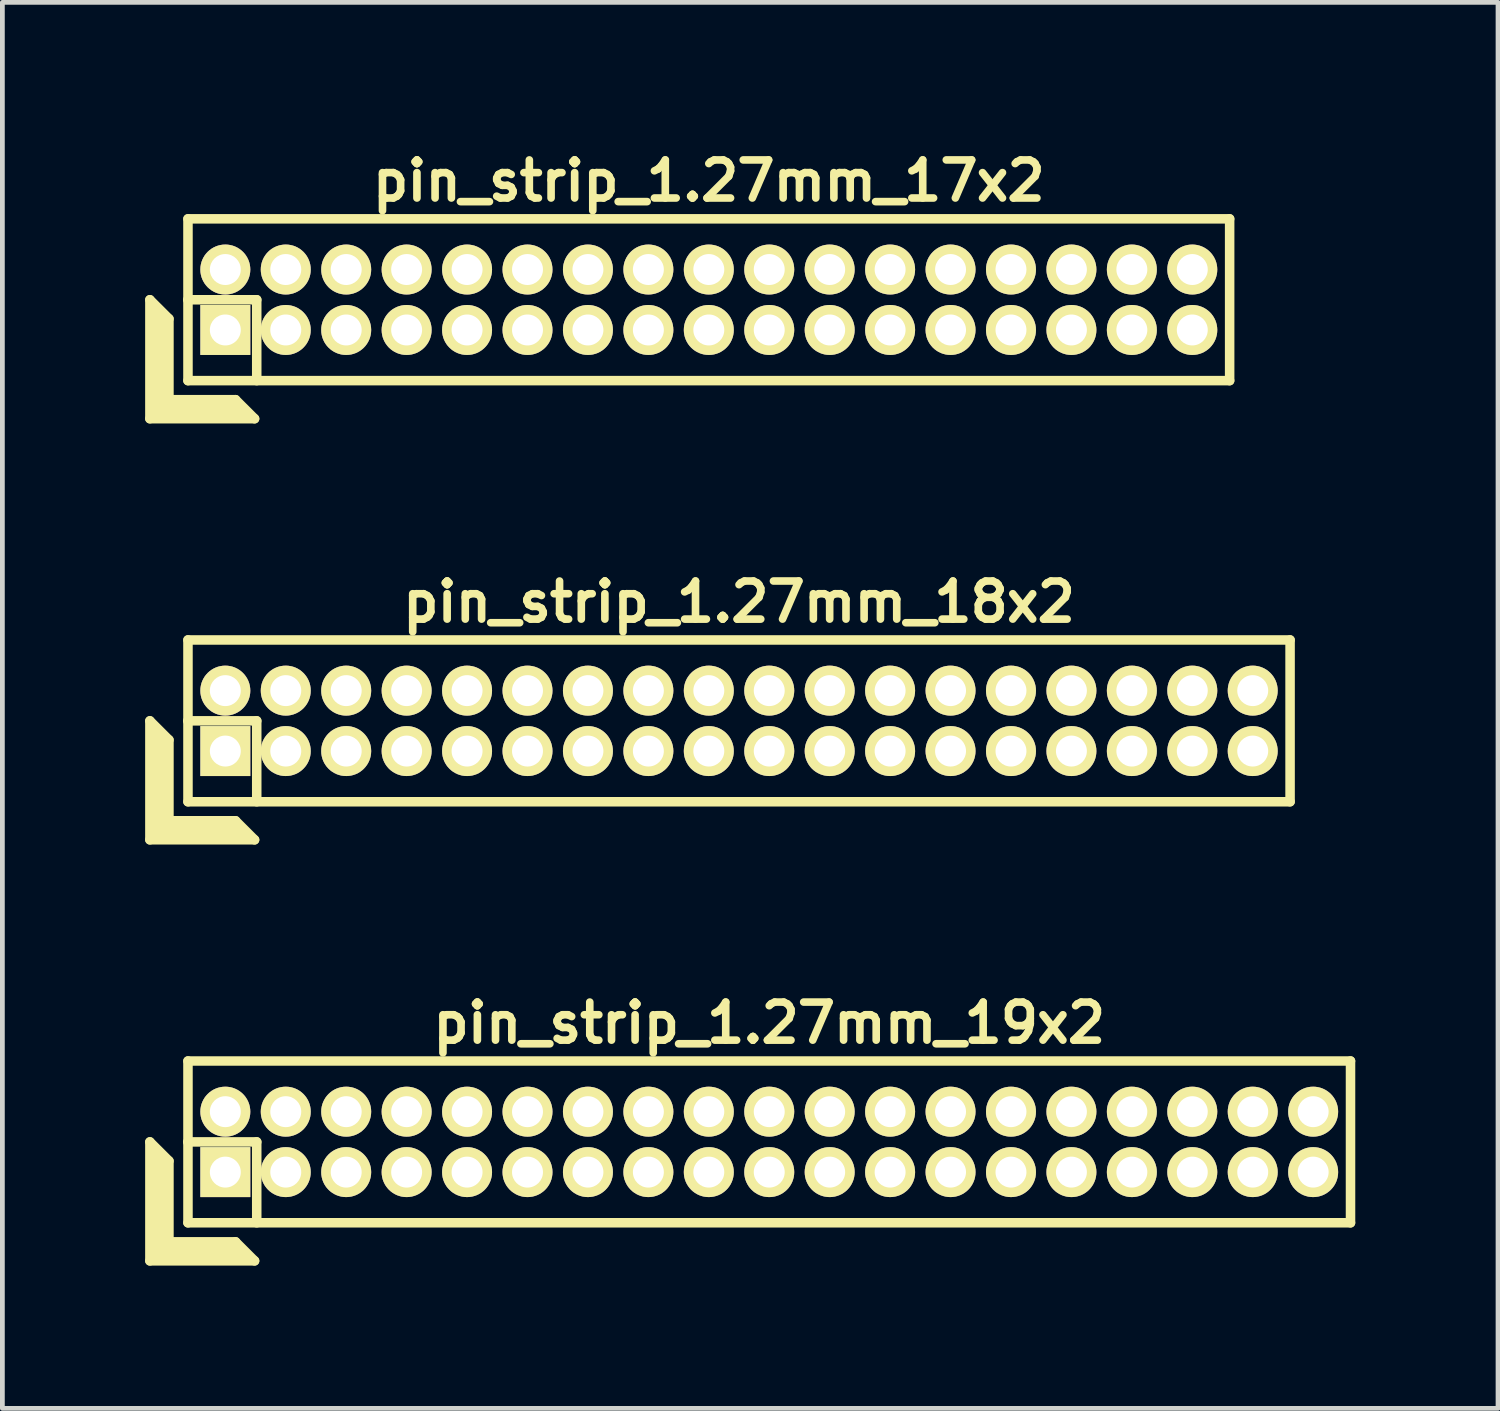
<source format=kicad_pcb>
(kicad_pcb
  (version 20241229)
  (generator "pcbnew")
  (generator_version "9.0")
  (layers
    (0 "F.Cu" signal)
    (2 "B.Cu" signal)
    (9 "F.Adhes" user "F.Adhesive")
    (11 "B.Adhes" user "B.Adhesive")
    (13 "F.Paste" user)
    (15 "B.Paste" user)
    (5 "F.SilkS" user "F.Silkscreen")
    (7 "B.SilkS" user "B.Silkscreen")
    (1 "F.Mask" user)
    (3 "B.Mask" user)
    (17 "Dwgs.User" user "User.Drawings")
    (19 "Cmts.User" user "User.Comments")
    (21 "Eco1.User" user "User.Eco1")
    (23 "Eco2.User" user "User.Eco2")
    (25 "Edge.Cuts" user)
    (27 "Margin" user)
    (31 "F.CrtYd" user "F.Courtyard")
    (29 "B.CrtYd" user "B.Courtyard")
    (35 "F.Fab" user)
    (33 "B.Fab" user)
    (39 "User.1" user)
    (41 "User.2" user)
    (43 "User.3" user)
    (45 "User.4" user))
  (footprint "pin_strip_1.27mm_17x2"
    (layer "F.Cu")
    (at 11.845 3.249)
    (property "Reference" "pin_strip_1.27mm_17x2" (at 0 -2.5 0) (layer "F.SilkS") (effects (font (size 0.8 0.8) (thickness 0.16))))
    (attr through_hole)
    (fp_line (start -11.745 0) (end -11.745 2.5) (stroke (width 0.2) (type solid)) (layer "F.SilkS"))
    (fp_line (start -11.745 0) (end -11.345 0.4) (stroke (width 0.2) (type solid)) (layer "F.SilkS"))
    (fp_line (start -11.745 2.5) (end -9.545 2.5) (stroke (width 0.2) (type solid)) (layer "F.SilkS"))
    (fp_line (start -11.645 2.4) (end -11.645 0.2) (stroke (width 0.2) (type solid)) (layer "F.SilkS"))
    (fp_line (start -11.645 2.4) (end -9.745 2.4) (stroke (width 0.2) (type solid)) (layer "F.SilkS"))
    (fp_line (start -11.545 2.3) (end -11.545 0.3) (stroke (width 0.2) (type solid)) (layer "F.SilkS"))
    (fp_line (start -11.545 2.3) (end -9.845 2.3) (stroke (width 0.2) (type solid)) (layer "F.SilkS"))
    (fp_line (start -11.445 2.2) (end -11.445 0.4) (stroke (width 0.2) (type solid)) (layer "F.SilkS"))
    (fp_line (start -11.445 2.2) (end -9.945 2.2) (stroke (width 0.2) (type solid)) (layer "F.SilkS"))
    (fp_line (start -11.345 2.1) (end -11.345 0.4) (stroke (width 0.2) (type solid)) (layer "F.SilkS"))
    (fp_line (start -11.345 2.1) (end -9.945 2.1) (stroke (width 0.2) (type solid)) (layer "F.SilkS"))
    (fp_line (start -10.95 0) (end -9.5 0) (stroke (width 0.2) (type solid)) (layer "F.SilkS"))
    (fp_line (start -10.945 -1.7) (end 10.945 -1.7) (stroke (width 0.2) (type solid)) (layer "F.SilkS"))
    (fp_line (start -10.945 1.7) (end -10.945 -1.7) (stroke (width 0.2) (type solid)) (layer "F.SilkS"))
    (fp_line (start -9.945 2.1) (end -9.545 2.5) (stroke (width 0.2) (type solid)) (layer "F.SilkS"))
    (fp_line (start -9.5 0) (end -9.5 1.7) (stroke (width 0.2) (type solid)) (layer "F.SilkS"))
    (fp_line (start 10.945 -1.7) (end 10.945 1.7) (stroke (width 0.2) (type solid)) (layer "F.SilkS"))
    (fp_line (start 10.945 1.7) (end -10.945 1.7) (stroke (width 0.2) (type solid)) (layer "F.SilkS"))
    (pad "1" thru_hole rect (at -10.16 0.635) (size 1.05 1.05) (drill 0.65) (layers "*.Cu" "*.Mask" "F.SilkS"))
    (pad "2" thru_hole oval (at -10.16 -0.635) (size 1.05 1.05) (drill 0.65) (layers "*.Cu" "*.Mask" "F.SilkS"))
    (pad "3" thru_hole oval (at -8.89 0.635) (size 1.05 1.05) (drill 0.65) (layers "*.Cu" "*.Mask" "F.SilkS"))
    (pad "4" thru_hole oval (at -8.89 -0.635) (size 1.05 1.05) (drill 0.65) (layers "*.Cu" "*.Mask" "F.SilkS"))
    (pad "5" thru_hole oval (at -7.62 0.635) (size 1.05 1.05) (drill 0.65) (layers "*.Cu" "*.Mask" "F.SilkS"))
    (pad "6" thru_hole oval (at -7.62 -0.635) (size 1.05 1.05) (drill 0.65) (layers "*.Cu" "*.Mask" "F.SilkS"))
    (pad "7" thru_hole oval (at -6.35 0.635) (size 1.05 1.05) (drill 0.65) (layers "*.Cu" "*.Mask" "F.SilkS"))
    (pad "8" thru_hole oval (at -6.35 -0.635) (size 1.05 1.05) (drill 0.65) (layers "*.Cu" "*.Mask" "F.SilkS"))
    (pad "9" thru_hole oval (at -5.08 0.635) (size 1.05 1.05) (drill 0.65) (layers "*.Cu" "*.Mask" "F.SilkS"))
    (pad "10" thru_hole oval (at -5.08 -0.635) (size 1.05 1.05) (drill 0.65) (layers "*.Cu" "*.Mask" "F.SilkS"))
    (pad "11" thru_hole oval (at -3.81 0.635) (size 1.05 1.05) (drill 0.65) (layers "*.Cu" "*.Mask" "F.SilkS"))
    (pad "12" thru_hole oval (at -3.81 -0.635) (size 1.05 1.05) (drill 0.65) (layers "*.Cu" "*.Mask" "F.SilkS"))
    (pad "13" thru_hole oval (at -2.54 0.635) (size 1.05 1.05) (drill 0.65) (layers "*.Cu" "*.Mask" "F.SilkS"))
    (pad "14" thru_hole oval (at -2.54 -0.635) (size 1.05 1.05) (drill 0.65) (layers "*.Cu" "*.Mask" "F.SilkS"))
    (pad "15" thru_hole oval (at -1.27 0.635) (size 1.05 1.05) (drill 0.65) (layers "*.Cu" "*.Mask" "F.SilkS"))
    (pad "16" thru_hole oval (at -1.27 -0.635) (size 1.05 1.05) (drill 0.65) (layers "*.Cu" "*.Mask" "F.SilkS"))
    (pad "17" thru_hole oval (at 0 0.635) (size 1.05 1.05) (drill 0.65) (layers "*.Cu" "*.Mask" "F.SilkS"))
    (pad "18" thru_hole oval (at 0 -0.635) (size 1.05 1.05) (drill 0.65) (layers "*.Cu" "*.Mask" "F.SilkS"))
    (pad "19" thru_hole oval (at 1.27 0.635) (size 1.05 1.05) (drill 0.65) (layers "*.Cu" "*.Mask" "F.SilkS"))
    (pad "20" thru_hole oval (at 1.27 -0.635) (size 1.05 1.05) (drill 0.65) (layers "*.Cu" "*.Mask" "F.SilkS"))
    (pad "21" thru_hole oval (at 2.54 0.635) (size 1.05 1.05) (drill 0.65) (layers "*.Cu" "*.Mask" "F.SilkS"))
    (pad "22" thru_hole oval (at 2.54 -0.635) (size 1.05 1.05) (drill 0.65) (layers "*.Cu" "*.Mask" "F.SilkS"))
    (pad "23" thru_hole oval (at 3.81 0.635) (size 1.05 1.05) (drill 0.65) (layers "*.Cu" "*.Mask" "F.SilkS"))
    (pad "24" thru_hole oval (at 3.81 -0.635) (size 1.05 1.05) (drill 0.65) (layers "*.Cu" "*.Mask" "F.SilkS"))
    (pad "25" thru_hole oval (at 5.08 0.635) (size 1.05 1.05) (drill 0.65) (layers "*.Cu" "*.Mask" "F.SilkS"))
    (pad "26" thru_hole oval (at 5.08 -0.635) (size 1.05 1.05) (drill 0.65) (layers "*.Cu" "*.Mask" "F.SilkS"))
    (pad "27" thru_hole oval (at 6.35 0.635) (size 1.05 1.05) (drill 0.65) (layers "*.Cu" "*.Mask" "F.SilkS"))
    (pad "28" thru_hole oval (at 6.35 -0.635) (size 1.05 1.05) (drill 0.65) (layers "*.Cu" "*.Mask" "F.SilkS"))
    (pad "29" thru_hole oval (at 7.62 0.635) (size 1.05 1.05) (drill 0.65) (layers "*.Cu" "*.Mask" "F.SilkS"))
    (pad "30" thru_hole oval (at 7.62 -0.635) (size 1.05 1.05) (drill 0.65) (layers "*.Cu" "*.Mask" "F.SilkS"))
    (pad "31" thru_hole oval (at 8.89 0.635) (size 1.05 1.05) (drill 0.65) (layers "*.Cu" "*.Mask" "F.SilkS"))
    (pad "32" thru_hole oval (at 8.89 -0.635) (size 1.05 1.05) (drill 0.65) (layers "*.Cu" "*.Mask" "F.SilkS"))
    (pad "33" thru_hole oval (at 10.16 0.635) (size 1.05 1.05) (drill 0.65) (layers "*.Cu" "*.Mask" "F.SilkS"))
    (pad "34" thru_hole oval (at 10.16 -0.635) (size 1.05 1.05) (drill 0.65) (layers "*.Cu" "*.Mask" "F.SilkS")))
  (footprint "pin_strip_1.27mm_19x2"
    (layer "F.Cu")
    (at 13.115 20.946)
    (property "Reference" "pin_strip_1.27mm_19x2" (at 0 -2.5 0) (layer "F.SilkS") (effects (font (size 0.8 0.8) (thickness 0.16))))
    (attr through_hole)
    (fp_line (start -13.015 0) (end -13.015 2.5) (stroke (width 0.2) (type solid)) (layer "F.SilkS"))
    (fp_line (start -13.015 0) (end -12.615 0.4) (stroke (width 0.2) (type solid)) (layer "F.SilkS"))
    (fp_line (start -13.015 2.5) (end -10.815 2.5) (stroke (width 0.2) (type solid)) (layer "F.SilkS"))
    (fp_line (start -12.915 2.4) (end -12.915 0.2) (stroke (width 0.2) (type solid)) (layer "F.SilkS"))
    (fp_line (start -12.915 2.4) (end -11.015 2.4) (stroke (width 0.2) (type solid)) (layer "F.SilkS"))
    (fp_line (start -12.815 2.3) (end -12.815 0.3) (stroke (width 0.2) (type solid)) (layer "F.SilkS"))
    (fp_line (start -12.815 2.3) (end -11.115 2.3) (stroke (width 0.2) (type solid)) (layer "F.SilkS"))
    (fp_line (start -12.715 2.2) (end -12.715 0.4) (stroke (width 0.2) (type solid)) (layer "F.SilkS"))
    (fp_line (start -12.715 2.2) (end -11.215 2.2) (stroke (width 0.2) (type solid)) (layer "F.SilkS"))
    (fp_line (start -12.615 2.1) (end -12.615 0.4) (stroke (width 0.2) (type solid)) (layer "F.SilkS"))
    (fp_line (start -12.615 2.1) (end -11.215 2.1) (stroke (width 0.2) (type solid)) (layer "F.SilkS"))
    (fp_line (start -12.22 0) (end -10.77 0) (stroke (width 0.2) (type solid)) (layer "F.SilkS"))
    (fp_line (start -12.215 -1.7) (end 12.215 -1.7) (stroke (width 0.2) (type solid)) (layer "F.SilkS"))
    (fp_line (start -12.215 1.7) (end -12.215 -1.7) (stroke (width 0.2) (type solid)) (layer "F.SilkS"))
    (fp_line (start -11.215 2.1) (end -10.815 2.5) (stroke (width 0.2) (type solid)) (layer "F.SilkS"))
    (fp_line (start -10.77 0) (end -10.77 1.7) (stroke (width 0.2) (type solid)) (layer "F.SilkS"))
    (fp_line (start 12.215 -1.7) (end 12.215 1.7) (stroke (width 0.2) (type solid)) (layer "F.SilkS"))
    (fp_line (start 12.215 1.7) (end -12.215 1.7) (stroke (width 0.2) (type solid)) (layer "F.SilkS"))
    (pad "1" thru_hole rect (at -11.43 0.635) (size 1.05 1.05) (drill 0.65) (layers "*.Cu" "*.Mask" "F.SilkS"))
    (pad "2" thru_hole oval (at -11.43 -0.635) (size 1.05 1.05) (drill 0.65) (layers "*.Cu" "*.Mask" "F.SilkS"))
    (pad "3" thru_hole oval (at -10.16 0.635) (size 1.05 1.05) (drill 0.65) (layers "*.Cu" "*.Mask" "F.SilkS"))
    (pad "4" thru_hole oval (at -10.16 -0.635) (size 1.05 1.05) (drill 0.65) (layers "*.Cu" "*.Mask" "F.SilkS"))
    (pad "5" thru_hole oval (at -8.89 0.635) (size 1.05 1.05) (drill 0.65) (layers "*.Cu" "*.Mask" "F.SilkS"))
    (pad "6" thru_hole oval (at -8.89 -0.635) (size 1.05 1.05) (drill 0.65) (layers "*.Cu" "*.Mask" "F.SilkS"))
    (pad "7" thru_hole oval (at -7.62 0.635) (size 1.05 1.05) (drill 0.65) (layers "*.Cu" "*.Mask" "F.SilkS"))
    (pad "8" thru_hole oval (at -7.62 -0.635) (size 1.05 1.05) (drill 0.65) (layers "*.Cu" "*.Mask" "F.SilkS"))
    (pad "9" thru_hole oval (at -6.35 0.635) (size 1.05 1.05) (drill 0.65) (layers "*.Cu" "*.Mask" "F.SilkS"))
    (pad "10" thru_hole oval (at -6.35 -0.635) (size 1.05 1.05) (drill 0.65) (layers "*.Cu" "*.Mask" "F.SilkS"))
    (pad "11" thru_hole oval (at -5.08 0.635) (size 1.05 1.05) (drill 0.65) (layers "*.Cu" "*.Mask" "F.SilkS"))
    (pad "12" thru_hole oval (at -5.08 -0.635) (size 1.05 1.05) (drill 0.65) (layers "*.Cu" "*.Mask" "F.SilkS"))
    (pad "13" thru_hole oval (at -3.81 0.635) (size 1.05 1.05) (drill 0.65) (layers "*.Cu" "*.Mask" "F.SilkS"))
    (pad "14" thru_hole oval (at -3.81 -0.635) (size 1.05 1.05) (drill 0.65) (layers "*.Cu" "*.Mask" "F.SilkS"))
    (pad "15" thru_hole oval (at -2.54 0.635) (size 1.05 1.05) (drill 0.65) (layers "*.Cu" "*.Mask" "F.SilkS"))
    (pad "16" thru_hole oval (at -2.54 -0.635) (size 1.05 1.05) (drill 0.65) (layers "*.Cu" "*.Mask" "F.SilkS"))
    (pad "17" thru_hole oval (at -1.27 0.635) (size 1.05 1.05) (drill 0.65) (layers "*.Cu" "*.Mask" "F.SilkS"))
    (pad "18" thru_hole oval (at -1.27 -0.635) (size 1.05 1.05) (drill 0.65) (layers "*.Cu" "*.Mask" "F.SilkS"))
    (pad "19" thru_hole oval (at 0 0.635) (size 1.05 1.05) (drill 0.65) (layers "*.Cu" "*.Mask" "F.SilkS"))
    (pad "20" thru_hole oval (at 0 -0.635) (size 1.05 1.05) (drill 0.65) (layers "*.Cu" "*.Mask" "F.SilkS"))
    (pad "21" thru_hole oval (at 1.27 0.635) (size 1.05 1.05) (drill 0.65) (layers "*.Cu" "*.Mask" "F.SilkS"))
    (pad "22" thru_hole oval (at 1.27 -0.635) (size 1.05 1.05) (drill 0.65) (layers "*.Cu" "*.Mask" "F.SilkS"))
    (pad "23" thru_hole oval (at 2.54 0.635) (size 1.05 1.05) (drill 0.65) (layers "*.Cu" "*.Mask" "F.SilkS"))
    (pad "24" thru_hole oval (at 2.54 -0.635) (size 1.05 1.05) (drill 0.65) (layers "*.Cu" "*.Mask" "F.SilkS"))
    (pad "25" thru_hole oval (at 3.81 0.635) (size 1.05 1.05) (drill 0.65) (layers "*.Cu" "*.Mask" "F.SilkS"))
    (pad "26" thru_hole oval (at 3.81 -0.635) (size 1.05 1.05) (drill 0.65) (layers "*.Cu" "*.Mask" "F.SilkS"))
    (pad "27" thru_hole oval (at 5.08 0.635) (size 1.05 1.05) (drill 0.65) (layers "*.Cu" "*.Mask" "F.SilkS"))
    (pad "28" thru_hole oval (at 5.08 -0.635) (size 1.05 1.05) (drill 0.65) (layers "*.Cu" "*.Mask" "F.SilkS"))
    (pad "29" thru_hole oval (at 6.35 0.635) (size 1.05 1.05) (drill 0.65) (layers "*.Cu" "*.Mask" "F.SilkS"))
    (pad "30" thru_hole oval (at 6.35 -0.635) (size 1.05 1.05) (drill 0.65) (layers "*.Cu" "*.Mask" "F.SilkS"))
    (pad "31" thru_hole oval (at 7.62 0.635) (size 1.05 1.05) (drill 0.65) (layers "*.Cu" "*.Mask" "F.SilkS"))
    (pad "32" thru_hole oval (at 7.62 -0.635) (size 1.05 1.05) (drill 0.65) (layers "*.Cu" "*.Mask" "F.SilkS"))
    (pad "33" thru_hole oval (at 8.89 0.635) (size 1.05 1.05) (drill 0.65) (layers "*.Cu" "*.Mask" "F.SilkS"))
    (pad "34" thru_hole oval (at 8.89 -0.635) (size 1.05 1.05) (drill 0.65) (layers "*.Cu" "*.Mask" "F.SilkS"))
    (pad "35" thru_hole oval (at 10.16 0.635) (size 1.05 1.05) (drill 0.65) (layers "*.Cu" "*.Mask" "F.SilkS"))
    (pad "36" thru_hole oval (at 10.16 -0.635) (size 1.05 1.05) (drill 0.65) (layers "*.Cu" "*.Mask" "F.SilkS"))
    (pad "37" thru_hole oval (at 11.43 0.635) (size 1.05 1.05) (drill 0.65) (layers "*.Cu" "*.Mask" "F.SilkS"))
    (pad "38" thru_hole oval (at 11.43 -0.635) (size 1.05 1.05) (drill 0.65) (layers "*.Cu" "*.Mask" "F.SilkS")))
  (footprint "pin_strip_1.27mm_18x2"
    (layer "F.Cu")
    (at 12.48 12.098)
    (property "Reference" "pin_strip_1.27mm_18x2" (at 0 -2.5 0) (layer "F.SilkS") (effects (font (size 0.8 0.8) (thickness 0.16))))
    (attr through_hole)
    (fp_line (start -12.38 0) (end -12.38 2.5) (stroke (width 0.2) (type solid)) (layer "F.SilkS"))
    (fp_line (start -12.38 0) (end -11.98 0.4) (stroke (width 0.2) (type solid)) (layer "F.SilkS"))
    (fp_line (start -12.38 2.5) (end -10.18 2.5) (stroke (width 0.2) (type solid)) (layer "F.SilkS"))
    (fp_line (start -12.28 2.4) (end -12.28 0.2) (stroke (width 0.2) (type solid)) (layer "F.SilkS"))
    (fp_line (start -12.28 2.4) (end -10.38 2.4) (stroke (width 0.2) (type solid)) (layer "F.SilkS"))
    (fp_line (start -12.18 2.3) (end -12.18 0.3) (stroke (width 0.2) (type solid)) (layer "F.SilkS"))
    (fp_line (start -12.18 2.3) (end -10.48 2.3) (stroke (width 0.2) (type solid)) (layer "F.SilkS"))
    (fp_line (start -12.08 2.2) (end -12.08 0.4) (stroke (width 0.2) (type solid)) (layer "F.SilkS"))
    (fp_line (start -12.08 2.2) (end -10.58 2.2) (stroke (width 0.2) (type solid)) (layer "F.SilkS"))
    (fp_line (start -11.98 2.1) (end -11.98 0.4) (stroke (width 0.2) (type solid)) (layer "F.SilkS"))
    (fp_line (start -11.98 2.1) (end -10.58 2.1) (stroke (width 0.2) (type solid)) (layer "F.SilkS"))
    (fp_line (start -11.585 0) (end -10.135 0) (stroke (width 0.2) (type solid)) (layer "F.SilkS"))
    (fp_line (start -11.58 -1.7) (end 11.58 -1.7) (stroke (width 0.2) (type solid)) (layer "F.SilkS"))
    (fp_line (start -11.58 1.7) (end -11.58 -1.7) (stroke (width 0.2) (type solid)) (layer "F.SilkS"))
    (fp_line (start -10.58 2.1) (end -10.18 2.5) (stroke (width 0.2) (type solid)) (layer "F.SilkS"))
    (fp_line (start -10.135 0) (end -10.135 1.7) (stroke (width 0.2) (type solid)) (layer "F.SilkS"))
    (fp_line (start 11.58 -1.7) (end 11.58 1.7) (stroke (width 0.2) (type solid)) (layer "F.SilkS"))
    (fp_line (start 11.58 1.7) (end -11.58 1.7) (stroke (width 0.2) (type solid)) (layer "F.SilkS"))
    (pad "1" thru_hole rect (at -10.795 0.635) (size 1.05 1.05) (drill 0.65) (layers "*.Cu" "*.Mask" "F.SilkS"))
    (pad "2" thru_hole oval (at -10.795 -0.635) (size 1.05 1.05) (drill 0.65) (layers "*.Cu" "*.Mask" "F.SilkS"))
    (pad "3" thru_hole oval (at -9.525 0.635) (size 1.05 1.05) (drill 0.65) (layers "*.Cu" "*.Mask" "F.SilkS"))
    (pad "4" thru_hole oval (at -9.525 -0.635) (size 1.05 1.05) (drill 0.65) (layers "*.Cu" "*.Mask" "F.SilkS"))
    (pad "5" thru_hole oval (at -8.255 0.635) (size 1.05 1.05) (drill 0.65) (layers "*.Cu" "*.Mask" "F.SilkS"))
    (pad "6" thru_hole oval (at -8.255 -0.635) (size 1.05 1.05) (drill 0.65) (layers "*.Cu" "*.Mask" "F.SilkS"))
    (pad "7" thru_hole oval (at -6.985 0.635) (size 1.05 1.05) (drill 0.65) (layers "*.Cu" "*.Mask" "F.SilkS"))
    (pad "8" thru_hole oval (at -6.985 -0.635) (size 1.05 1.05) (drill 0.65) (layers "*.Cu" "*.Mask" "F.SilkS"))
    (pad "9" thru_hole oval (at -5.715 0.635) (size 1.05 1.05) (drill 0.65) (layers "*.Cu" "*.Mask" "F.SilkS"))
    (pad "10" thru_hole oval (at -5.715 -0.635) (size 1.05 1.05) (drill 0.65) (layers "*.Cu" "*.Mask" "F.SilkS"))
    (pad "11" thru_hole oval (at -4.445 0.635) (size 1.05 1.05) (drill 0.65) (layers "*.Cu" "*.Mask" "F.SilkS"))
    (pad "12" thru_hole oval (at -4.445 -0.635) (size 1.05 1.05) (drill 0.65) (layers "*.Cu" "*.Mask" "F.SilkS"))
    (pad "13" thru_hole oval (at -3.175 0.635) (size 1.05 1.05) (drill 0.65) (layers "*.Cu" "*.Mask" "F.SilkS"))
    (pad "14" thru_hole oval (at -3.175 -0.635) (size 1.05 1.05) (drill 0.65) (layers "*.Cu" "*.Mask" "F.SilkS"))
    (pad "15" thru_hole oval (at -1.905 0.635) (size 1.05 1.05) (drill 0.65) (layers "*.Cu" "*.Mask" "F.SilkS"))
    (pad "16" thru_hole oval (at -1.905 -0.635) (size 1.05 1.05) (drill 0.65) (layers "*.Cu" "*.Mask" "F.SilkS"))
    (pad "17" thru_hole oval (at -0.635 0.635) (size 1.05 1.05) (drill 0.65) (layers "*.Cu" "*.Mask" "F.SilkS"))
    (pad "18" thru_hole oval (at -0.635 -0.635) (size 1.05 1.05) (drill 0.65) (layers "*.Cu" "*.Mask" "F.SilkS"))
    (pad "19" thru_hole oval (at 0.635 0.635) (size 1.05 1.05) (drill 0.65) (layers "*.Cu" "*.Mask" "F.SilkS"))
    (pad "20" thru_hole oval (at 0.635 -0.635) (size 1.05 1.05) (drill 0.65) (layers "*.Cu" "*.Mask" "F.SilkS"))
    (pad "21" thru_hole oval (at 1.905 0.635) (size 1.05 1.05) (drill 0.65) (layers "*.Cu" "*.Mask" "F.SilkS"))
    (pad "22" thru_hole oval (at 1.905 -0.635) (size 1.05 1.05) (drill 0.65) (layers "*.Cu" "*.Mask" "F.SilkS"))
    (pad "23" thru_hole oval (at 3.175 0.635) (size 1.05 1.05) (drill 0.65) (layers "*.Cu" "*.Mask" "F.SilkS"))
    (pad "24" thru_hole oval (at 3.175 -0.635) (size 1.05 1.05) (drill 0.65) (layers "*.Cu" "*.Mask" "F.SilkS"))
    (pad "25" thru_hole oval (at 4.445 0.635) (size 1.05 1.05) (drill 0.65) (layers "*.Cu" "*.Mask" "F.SilkS"))
    (pad "26" thru_hole oval (at 4.445 -0.635) (size 1.05 1.05) (drill 0.65) (layers "*.Cu" "*.Mask" "F.SilkS"))
    (pad "27" thru_hole oval (at 5.715 0.635) (size 1.05 1.05) (drill 0.65) (layers "*.Cu" "*.Mask" "F.SilkS"))
    (pad "28" thru_hole oval (at 5.715 -0.635) (size 1.05 1.05) (drill 0.65) (layers "*.Cu" "*.Mask" "F.SilkS"))
    (pad "29" thru_hole oval (at 6.985 0.635) (size 1.05 1.05) (drill 0.65) (layers "*.Cu" "*.Mask" "F.SilkS"))
    (pad "30" thru_hole oval (at 6.985 -0.635) (size 1.05 1.05) (drill 0.65) (layers "*.Cu" "*.Mask" "F.SilkS"))
    (pad "31" thru_hole oval (at 8.255 0.635) (size 1.05 1.05) (drill 0.65) (layers "*.Cu" "*.Mask" "F.SilkS"))
    (pad "32" thru_hole oval (at 8.255 -0.635) (size 1.05 1.05) (drill 0.65) (layers "*.Cu" "*.Mask" "F.SilkS"))
    (pad "33" thru_hole oval (at 9.525 0.635) (size 1.05 1.05) (drill 0.65) (layers "*.Cu" "*.Mask" "F.SilkS"))
    (pad "34" thru_hole oval (at 9.525 -0.635) (size 1.05 1.05) (drill 0.65) (layers "*.Cu" "*.Mask" "F.SilkS"))
    (pad "35" thru_hole oval (at 10.795 0.635) (size 1.05 1.05) (drill 0.65) (layers "*.Cu" "*.Mask" "F.SilkS"))
    (pad "36" thru_hole oval (at 10.795 -0.635) (size 1.05 1.05) (drill 0.65) (layers "*.Cu" "*.Mask" "F.SilkS")))
  (gr_rect
    (start -3 -3)
    (end 28.43 26.546)
    (stroke (width 0.1) (type default))
    (fill no)
    (layer "Edge.Cuts")))
</source>
